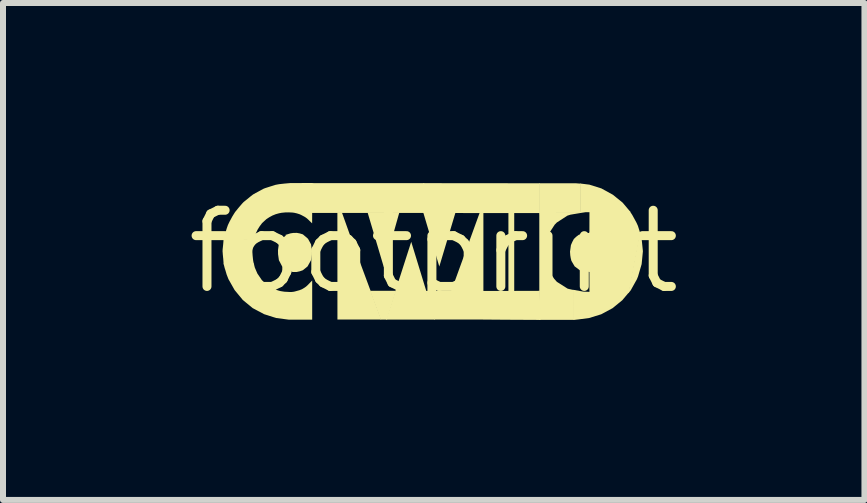
<source format=kicad_pcb>
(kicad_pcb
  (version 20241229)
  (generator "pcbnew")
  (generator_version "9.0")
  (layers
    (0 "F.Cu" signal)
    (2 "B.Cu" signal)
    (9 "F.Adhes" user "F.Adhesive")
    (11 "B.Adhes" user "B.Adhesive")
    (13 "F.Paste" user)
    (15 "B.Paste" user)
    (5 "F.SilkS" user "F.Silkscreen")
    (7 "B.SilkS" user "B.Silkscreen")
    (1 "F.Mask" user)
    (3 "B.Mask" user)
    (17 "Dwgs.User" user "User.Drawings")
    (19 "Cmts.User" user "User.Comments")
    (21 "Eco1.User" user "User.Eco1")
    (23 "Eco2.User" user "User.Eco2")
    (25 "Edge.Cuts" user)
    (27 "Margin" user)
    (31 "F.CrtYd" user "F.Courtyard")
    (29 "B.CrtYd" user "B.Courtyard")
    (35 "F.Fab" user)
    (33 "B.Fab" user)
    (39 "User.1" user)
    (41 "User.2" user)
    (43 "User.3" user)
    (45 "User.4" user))
  (footprint "footprint"
    (layer "F.Cu")
    (at 4.18 1.145)
    (property "Reference" "footprint" (at 0 0 0) (layer "F.SilkS") (effects (font (size 1.27 1.27) (thickness 0.15))))
    (fp_line (start -0.165 -1.136) (end -0.165 -0.65) (stroke (width 0.013) (type solid)) (layer "F.SilkS"))
    (fp_poly (pts (xy 0.022 1.133) (xy -0.792 1.133) (xy -0.375 -0.164)) (stroke (width 0) (type solid)) (fill yes) (layer "F.SilkS"))
    (fp_poly (pts (xy -0.831 0.261) (xy -1.098 -0.638) (xy -1.102 -0.654) (xy -0.573 -0.654)) (stroke (width 0) (type solid)) (fill yes) (layer "F.SilkS"))
    (fp_poly (pts (xy 1.255 -0.652) (xy 1.342 -0.652) (xy 1.342 0.664) (xy 1.245 0.664) (xy 1.245 -0.662)) (stroke (width 0) (type solid)) (fill yes) (layer "F.SilkS"))
    (fp_poly (pts (xy 2.606 -0.31) (xy 3.444 -0.311) (xy 3.255 0.679) (xy 2.596 0.678) (xy 2.595 -0.333)) (stroke (width 0) (type solid)) (fill yes) (layer "F.SilkS"))
    (fp_poly (pts (xy -1.989 -1.142) (xy -0.161 -1.142) (xy -0.162 -0.645) (xy -2.033 -0.645) (xy -2.033 -1.144) (xy -2.026 -1.144)) (stroke (width 0) (type solid)) (fill yes) (layer "F.SilkS"))
    (fp_poly (pts (xy -1.369 -0.201) (xy -0.875 1.132) (xy -1.605 1.132) (xy -1.606 -0.545) (xy -1.606 -0.655) (xy -1.531 -0.655)) (stroke (width 0) (type solid)) (fill yes) (layer "F.SilkS"))
    (fp_poly (pts (xy -0.779 1.133) (xy -0.884 1.133) (xy -1.043 0.706) (xy -1.06 0.661) (xy -1.06 0.653) (xy -0.628 0.653)) (stroke (width 0) (type solid)) (fill yes) (layer "F.SilkS"))
    (fp_poly (pts (xy 0.36 -0.643) (xy 0.093 0.248) (xy -0.172 -0.645) (xy -0.166 -0.647) (xy -0.166 -0.652) (xy 0.363 -0.655)) (stroke (width 0) (type solid)) (fill yes) (layer "F.SilkS"))
    (fp_poly (pts (xy 1.768 -1.14) (xy 1.768 -0.643) (xy 0.844 -0.643) (xy 0.419 -0.644) (xy -0.169 -0.643) (xy -0.169 -1.142)) (stroke (width 0) (type solid)) (fill yes) (layer "F.SilkS"))
    (fp_poly (pts (xy 0.828 0.665) (xy 0.289 0.665) (xy 0.427 0.284) (xy 0.607 -0.211) (xy 0.607 -0.211) (xy 0.768 -0.654) (xy 0.828 -0.654)) (stroke (width 0) (type solid)) (fill yes) (layer "F.SilkS"))
    (fp_poly (pts (xy 2.338 0.64) (xy 2.338 1.137) (xy 1.759 1.137) (xy 1.759 0.659) (xy 1.763 0.655) (xy 2.267 0.654) (xy 2.267 0.626)) (stroke (width 0) (type solid)) (fill yes) (layer "F.SilkS"))
    (fp_poly (pts (xy 2.394 -1.138) (xy 2.42 -1.136) (xy 2.449 -1.134) (xy 2.45 -0.646) (xy 1.758 -0.645) (xy 1.758 -1.14) (xy 2.368 -1.14)) (stroke (width 0) (type solid)) (fill yes) (layer "F.SilkS"))
    (fp_poly (pts (xy -0.136 0.655) (xy 1.087 0.655) (xy 1.768 0.653) (xy 1.771 0.803) (xy 1.78 1.138) (xy 1.197 1.135) (xy 0.814 1.132) (xy 0.011 1.132)) (stroke (width 0) (type solid)) (fill yes) (layer "F.SilkS"))
    (fp_poly (pts (xy 3.273 -0.667) (xy 3.31 -0.611) (xy 3.38 -0.483) (xy 3.404 -0.43) (xy 3.444 -0.302) (xy 2.595 -0.301) (xy 2.596 -0.659) (xy 2.591 -0.668)) (stroke (width 0) (type solid)) (fill yes) (layer "F.SilkS"))
    (fp_poly (pts (xy 2.595 -1.117) (xy 2.795 -1.054) (xy 2.986 -0.949) (xy 3.148 -0.818) (xy 3.283 -0.658) (xy 2.533 -0.658) (xy 2.442 -0.644) (xy 2.441 -1.128) (xy 2.441 -1.136)) (stroke (width 0) (type solid)) (fill yes) (layer "F.SilkS"))
    (fp_poly (pts (xy 3.466 -0.214) (xy 3.487 -0.007) (xy 3.466 0.208) (xy 3.406 0.413) (xy 3.387 0.46) (xy 3.283 0.646) (xy 3.241 0.694) (xy 3.431 -0.306) (xy 3.442 -0.316)) (stroke (width 0) (type solid)) (fill yes) (layer "F.SilkS"))
    (fp_poly (pts (xy 2.493 0.666) (xy 2.6 0.67) (xy 3.261 0.67) (xy 3.143 0.81) (xy 2.98 0.943) (xy 2.792 1.044) (xy 2.591 1.106) (xy 2.41 1.13) (xy 2.331 1.139) (xy 2.328 0.636)) (stroke (width 0) (type solid)) (fill yes) (layer "F.SilkS"))
    (fp_poly (pts (xy 2.606 0.339) (xy 2.546 0.331) (xy 2.434 0.309) (xy 2.349 0.245) (xy 2.295 0.153) (xy 2.283 0.104) (xy 2.276 0.06) (xy 2.272 -0.000228) (xy 2.287 -0.109) (xy 2.31 -0.162) (xy 2.336 -0.211) (xy 2.372 -0.246) (xy 2.415 -0.279) (xy 2.463 -0.297) (xy 2.514 -0.309) (xy 2.596 -0.312) (xy 2.606 -0.317)) (stroke (width 0) (type solid)) (fill yes) (layer "F.SilkS"))
    (fp_poly (pts (xy 2.451 -0.646) (xy 2.278 -0.616) (xy 2.228 -0.6) (xy 2.052 -0.486) (xy 2.016 -0.449) (xy 1.9 -0.27) (xy 1.851 -0.023) (xy 1.851 0.035) (xy 1.902 0.293) (xy 2.009 0.454) (xy 2.053 0.503) (xy 2.231 0.616) (xy 2.274 0.628) (xy 2.274 0.665) (xy 1.76 0.665) (xy 1.76 -0.649) (xy 1.762 -0.657) (xy 2.45 -0.657)) (stroke (width 0) (type solid)) (fill yes) (layer "F.SilkS"))
    (fp_poly (pts (xy -2.996 -0.208) (xy -3.009 -0.159) (xy -3.013 -0.127) (xy -3.018 -0.073) (xy -3.022 -0.015) (xy -3.023 0.006) (xy -3.021 0.034) (xy -3.019 0.065) (xy -3.013 0.123) (xy -3.01 0.148) (xy -3.006 0.171) (xy -2.996 0.209) (xy -3.502 0.209) (xy -3.509 0.113) (xy -3.511 0.098) (xy -3.513 0.075) (xy -3.516 0.046) (xy -3.518 0.016) (xy -3.52 -0.005) (xy -3.519 -0.035) (xy -3.515 -0.071) (xy -3.511 -0.11) (xy -3.508 -0.143) (xy -3.502 -0.215)) (stroke (width 0) (type solid)) (fill yes) (layer "F.SilkS"))
    (fp_poly (pts (xy -2.233 -0.304) (xy -2.181 -0.288) (xy -2.096 -0.215) (xy -2.045 -0.122) (xy -2.03 -0.009) (xy -2.031 0.046) (xy -2.046 0.143) (xy -2.103 0.246) (xy -2.182 0.31) (xy -2.231 0.327) (xy -2.285 0.339) (xy -2.35 0.339) (xy -2.446 0.308) (xy -2.53 0.24) (xy -2.581 0.142) (xy -2.595 0.042) (xy -2.596 -0.025) (xy -2.583 -0.119) (xy -2.531 -0.214) (xy -2.459 -0.275) (xy -2.484 -0.275) (xy -2.387 -0.305) (xy -2.342 -0.312) (xy -2.281 -0.313)) (stroke (width 0) (type solid)) (fill yes) (layer "F.SilkS"))
    (fp_poly (pts (xy -2.991 0.231) (xy -2.982 0.266) (xy -2.94 0.364) (xy -2.866 0.473) (xy -2.787 0.549) (xy -2.749 0.578) (xy -2.696 0.607) (xy -2.658 0.624) (xy -2.626 0.636) (xy -2.589 0.648) (xy -2.561 0.656) (xy -2.527 0.662) (xy -2.487 0.668) (xy -2.447 0.67) (xy -2.409 0.672) (xy -2.367 0.672) (xy -2.332 0.668) (xy -2.304 0.661) (xy -2.239 0.643) (xy -2.196 0.626) (xy -2.159 0.604) (xy -2.13 0.584) (xy -2.101 0.558) (xy -2.073 0.529) (xy -2.026 0.48) (xy -2.026 1.134) (xy -2.413 1.134) (xy -2.628 1.106) (xy -2.828 1.042) (xy -3.018 0.941) (xy -3.182 0.806) (xy -3.319 0.64) (xy -3.422 0.458) (xy -3.436 0.422) (xy -3.452 0.381) (xy -3.47 0.319) (xy -3.485 0.272) (xy -3.503 0.2) (xy -2.998 0.199)) (stroke (width 0) (type solid)) (fill yes) (layer "F.SilkS"))
    (fp_poly (pts (xy -2.027 -0.472) (xy -2.065 -0.508) (xy -2.086 -0.529) (xy -2.113 -0.554) (xy -2.145 -0.577) (xy -2.174 -0.593) (xy -2.212 -0.613) (xy -2.237 -0.624) (xy -2.281 -0.638) (xy -2.325 -0.648) (xy -2.355 -0.652) (xy -2.416 -0.655) (xy -2.474 -0.654) (xy -2.535 -0.648) (xy -2.577 -0.64) (xy -2.632 -0.625) (xy -2.689 -0.602) (xy -2.742 -0.573) (xy -2.788 -0.543) (xy -2.82 -0.514) (xy -2.862 -0.475) (xy -2.901 -0.423) (xy -2.936 -0.367) (xy -2.96 -0.316) (xy -2.979 -0.268) (xy -2.989 -0.237) (xy -2.999 -0.198) (xy -3.377 -0.197) (xy -3.412 -0.189) (xy -3.503 -0.192) (xy -3.499 -0.23) (xy -3.49 -0.257) (xy -3.484 -0.28) (xy -3.477 -0.304) (xy -3.466 -0.337) (xy -3.449 -0.392) (xy -3.431 -0.443) (xy -3.406 -0.496) (xy -3.379 -0.546) (xy -3.379 -0.546) (xy -3.358 -0.585) (xy -3.331 -0.629) (xy -3.31 -0.662) (xy -3.294 -0.681) (xy -3.262 -0.721) (xy -3.235 -0.753) (xy -3.192 -0.803) (xy -3.169 -0.827) (xy -3.138 -0.852) (xy -3.108 -0.876) (xy -3.08 -0.899) (xy -3.051 -0.923) (xy -3.012 -0.953) (xy -2.968 -0.978) (xy -2.923 -1.002) (xy -2.875 -1.028) (xy -2.836 -1.049) (xy -2.81 -1.059) (xy -2.791 -1.065) (xy -2.729 -1.085) (xy -2.69 -1.097) (xy -2.636 -1.114) (xy -2.576 -1.125) (xy -2.485 -1.135) (xy -2.395 -1.143) (xy -2.344 -1.143) (xy -2.024 -1.145)) (stroke (width 0) (type solid)) (fill yes) (layer "F.SilkS")))
  (gr_rect
    (start -3 -3)
    (end 11.36 5.284)
    (stroke (width 0.1) (type default))
    (fill no)
    (layer "Edge.Cuts")))
</source>
